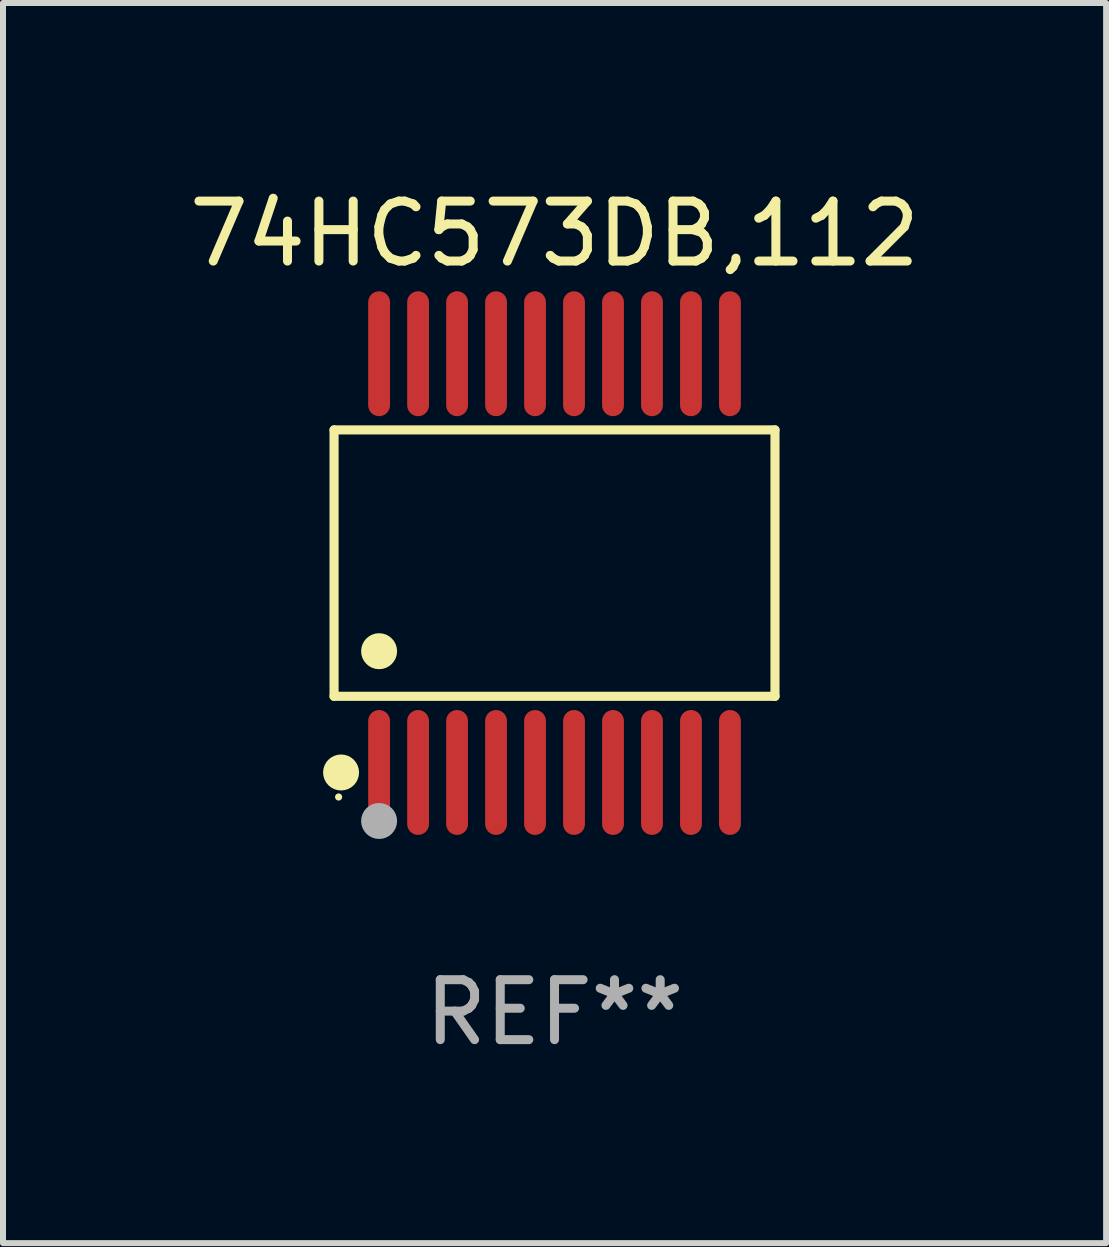
<source format=kicad_pcb>
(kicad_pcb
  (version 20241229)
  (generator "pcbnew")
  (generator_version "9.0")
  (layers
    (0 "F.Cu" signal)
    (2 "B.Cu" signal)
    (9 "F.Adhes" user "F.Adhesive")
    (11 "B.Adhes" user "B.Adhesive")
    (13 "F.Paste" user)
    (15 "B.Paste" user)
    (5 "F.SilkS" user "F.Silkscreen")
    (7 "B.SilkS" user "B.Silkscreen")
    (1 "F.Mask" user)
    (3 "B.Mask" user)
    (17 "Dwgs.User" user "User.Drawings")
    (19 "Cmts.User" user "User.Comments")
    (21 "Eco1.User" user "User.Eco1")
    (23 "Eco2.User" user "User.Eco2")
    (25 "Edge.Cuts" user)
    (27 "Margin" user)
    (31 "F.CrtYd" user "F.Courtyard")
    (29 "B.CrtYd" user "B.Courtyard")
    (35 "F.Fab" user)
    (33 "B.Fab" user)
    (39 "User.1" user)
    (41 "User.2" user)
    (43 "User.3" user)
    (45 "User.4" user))
  (footprint "74HC573DB,112"
    (layer "F.Cu")
    (at 6.196 6.339)
    (property "Reference" "74HC573DB,112" (at 0 -5.491 0) (layer "F.SilkS") (effects (font (size 1 1) (thickness 0.15))))
    (attr through_hole)
    (fp_line (start -3.676 -2.221) (end 3.676 -2.221) (stroke (width 0.152) (type solid)) (layer "F.SilkS"))
    (fp_line (start -3.676 2.221) (end -3.676 -2.221) (stroke (width 0.152) (type solid)) (layer "F.SilkS"))
    (fp_line (start 3.676 -2.221) (end 3.676 2.221) (stroke (width 0.152) (type solid)) (layer "F.SilkS"))
    (fp_line (start 3.676 2.221) (end -3.676 2.221) (stroke (width 0.152) (type solid)) (layer "F.SilkS"))
    (fp_circle (center -3.6 3.9) (end -3.57 3.9) (stroke (width 0.06) (type solid)) (fill no) (layer "F.SilkS"))
    (fp_circle (center -3.559 3.491) (end -3.409 3.491) (stroke (width 0.3) (type solid)) (fill no) (layer "F.SilkS"))
    (fp_circle (center -2.925 1.469) (end -2.775 1.469) (stroke (width 0.3) (type solid)) (fill no) (layer "F.SilkS"))
    (fp_circle (center -2.925 4.3) (end -2.775 4.3) (stroke (width 0.3) (type solid)) (fill no) (layer "F.Fab"))
    (fp_text user "REF**" (at 0 7.491 0) (layer "F.Fab") (effects (font (size 1 1) (thickness 0.15))))
    (pad "1" smd oval (at -2.925 3.491) (size 0.364 2.082) (layers "F.Cu" "F.Mask" "F.Paste"))
    (pad "2" smd oval (at -2.275 3.491) (size 0.364 2.082) (layers "F.Cu" "F.Mask" "F.Paste"))
    (pad "3" smd oval (at -1.625 3.491) (size 0.364 2.082) (layers "F.Cu" "F.Mask" "F.Paste"))
    (pad "4" smd oval (at -0.975 3.491) (size 0.364 2.082) (layers "F.Cu" "F.Mask" "F.Paste"))
    (pad "5" smd oval (at -0.325 3.491) (size 0.364 2.082) (layers "F.Cu" "F.Mask" "F.Paste"))
    (pad "6" smd oval (at 0.325 3.491) (size 0.364 2.082) (layers "F.Cu" "F.Mask" "F.Paste"))
    (pad "7" smd oval (at 0.975 3.491) (size 0.364 2.082) (layers "F.Cu" "F.Mask" "F.Paste"))
    (pad "8" smd oval (at 1.625 3.491) (size 0.364 2.082) (layers "F.Cu" "F.Mask" "F.Paste"))
    (pad "9" smd oval (at 2.275 3.491) (size 0.364 2.082) (layers "F.Cu" "F.Mask" "F.Paste"))
    (pad "10" smd oval (at 2.925 3.491) (size 0.364 2.082) (layers "F.Cu" "F.Mask" "F.Paste"))
    (pad "11" smd oval (at 2.925 -3.491) (size 0.364 2.082) (layers "F.Cu" "F.Mask" "F.Paste"))
    (pad "12" smd oval (at 2.275 -3.491) (size 0.364 2.082) (layers "F.Cu" "F.Mask" "F.Paste"))
    (pad "13" smd oval (at 1.625 -3.491) (size 0.364 2.082) (layers "F.Cu" "F.Mask" "F.Paste"))
    (pad "14" smd oval (at 0.975 -3.491) (size 0.364 2.082) (layers "F.Cu" "F.Mask" "F.Paste"))
    (pad "15" smd oval (at 0.325 -3.491) (size 0.364 2.082) (layers "F.Cu" "F.Mask" "F.Paste"))
    (pad "16" smd oval (at -0.325 -3.491) (size 0.364 2.082) (layers "F.Cu" "F.Mask" "F.Paste"))
    (pad "17" smd oval (at -0.975 -3.491) (size 0.364 2.082) (layers "F.Cu" "F.Mask" "F.Paste"))
    (pad "18" smd oval (at -1.625 -3.491) (size 0.364 2.082) (layers "F.Cu" "F.Mask" "F.Paste"))
    (pad "19" smd oval (at -2.275 -3.491) (size 0.364 2.082) (layers "F.Cu" "F.Mask" "F.Paste"))
    (pad "20" smd oval (at -2.925 -3.491) (size 0.364 2.082) (layers "F.Cu" "F.Mask" "F.Paste")))
  (gr_rect
    (start -3 -3)
    (end 15.393 17.678)
    (stroke (width 0.1) (type default))
    (fill no)
    (layer "Edge.Cuts")))
</source>
